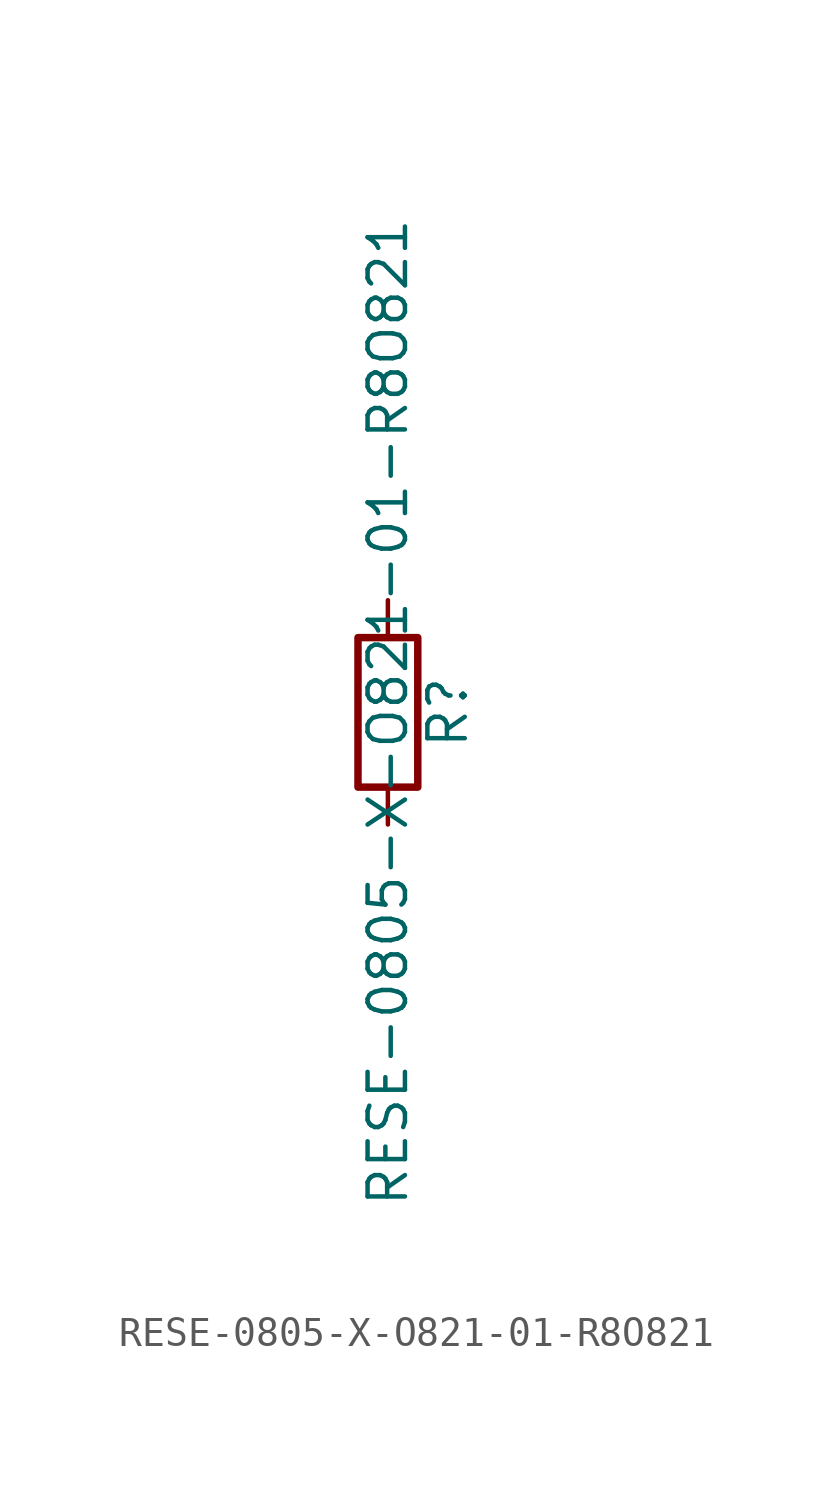
<source format=kicad_sym>
(kicad_symbol_lib
  (version 20211014)
  (generator kicad_symbol_editor)
  (symbol "RESE-0805-X-O821-01-R8O821"
    (pin_numbers hide)
    (pin_names
      (offset 0))
    (property "Reference" "R"
      (at 2.032 0 90)
      (effects (font (size 1.27 1.27))))
    (property "Value" "RESE-0805-X-O821-01-R8O821"
      (at 0 0 90)
      (effects (font (size 1.27 1.27))))
    (symbol "RESE-0805-X-O821-01-R8O821_0_1"
      (rectangle (start -1.016 -2.54) (end 1.016 2.54) (stroke (width 0.254) (type default) (color 0 0 0 0)) (fill (type none))))
    (symbol "RESE-0805-X-O821-01-R8O821_1_1"
      (pin passive line (at 0 3.81 270) (length 1.27) (name "~" (effects (font (size 1.27 1.27)))) (number "1" (effects (font (size 1.27 1.27)))))
      (pin passive line (at 0 -3.81 90) (length 1.27) (name "~" (effects (font (size 1.27 1.27)))) (number "2" (effects (font (size 1.27 1.27))))))))
</source>
